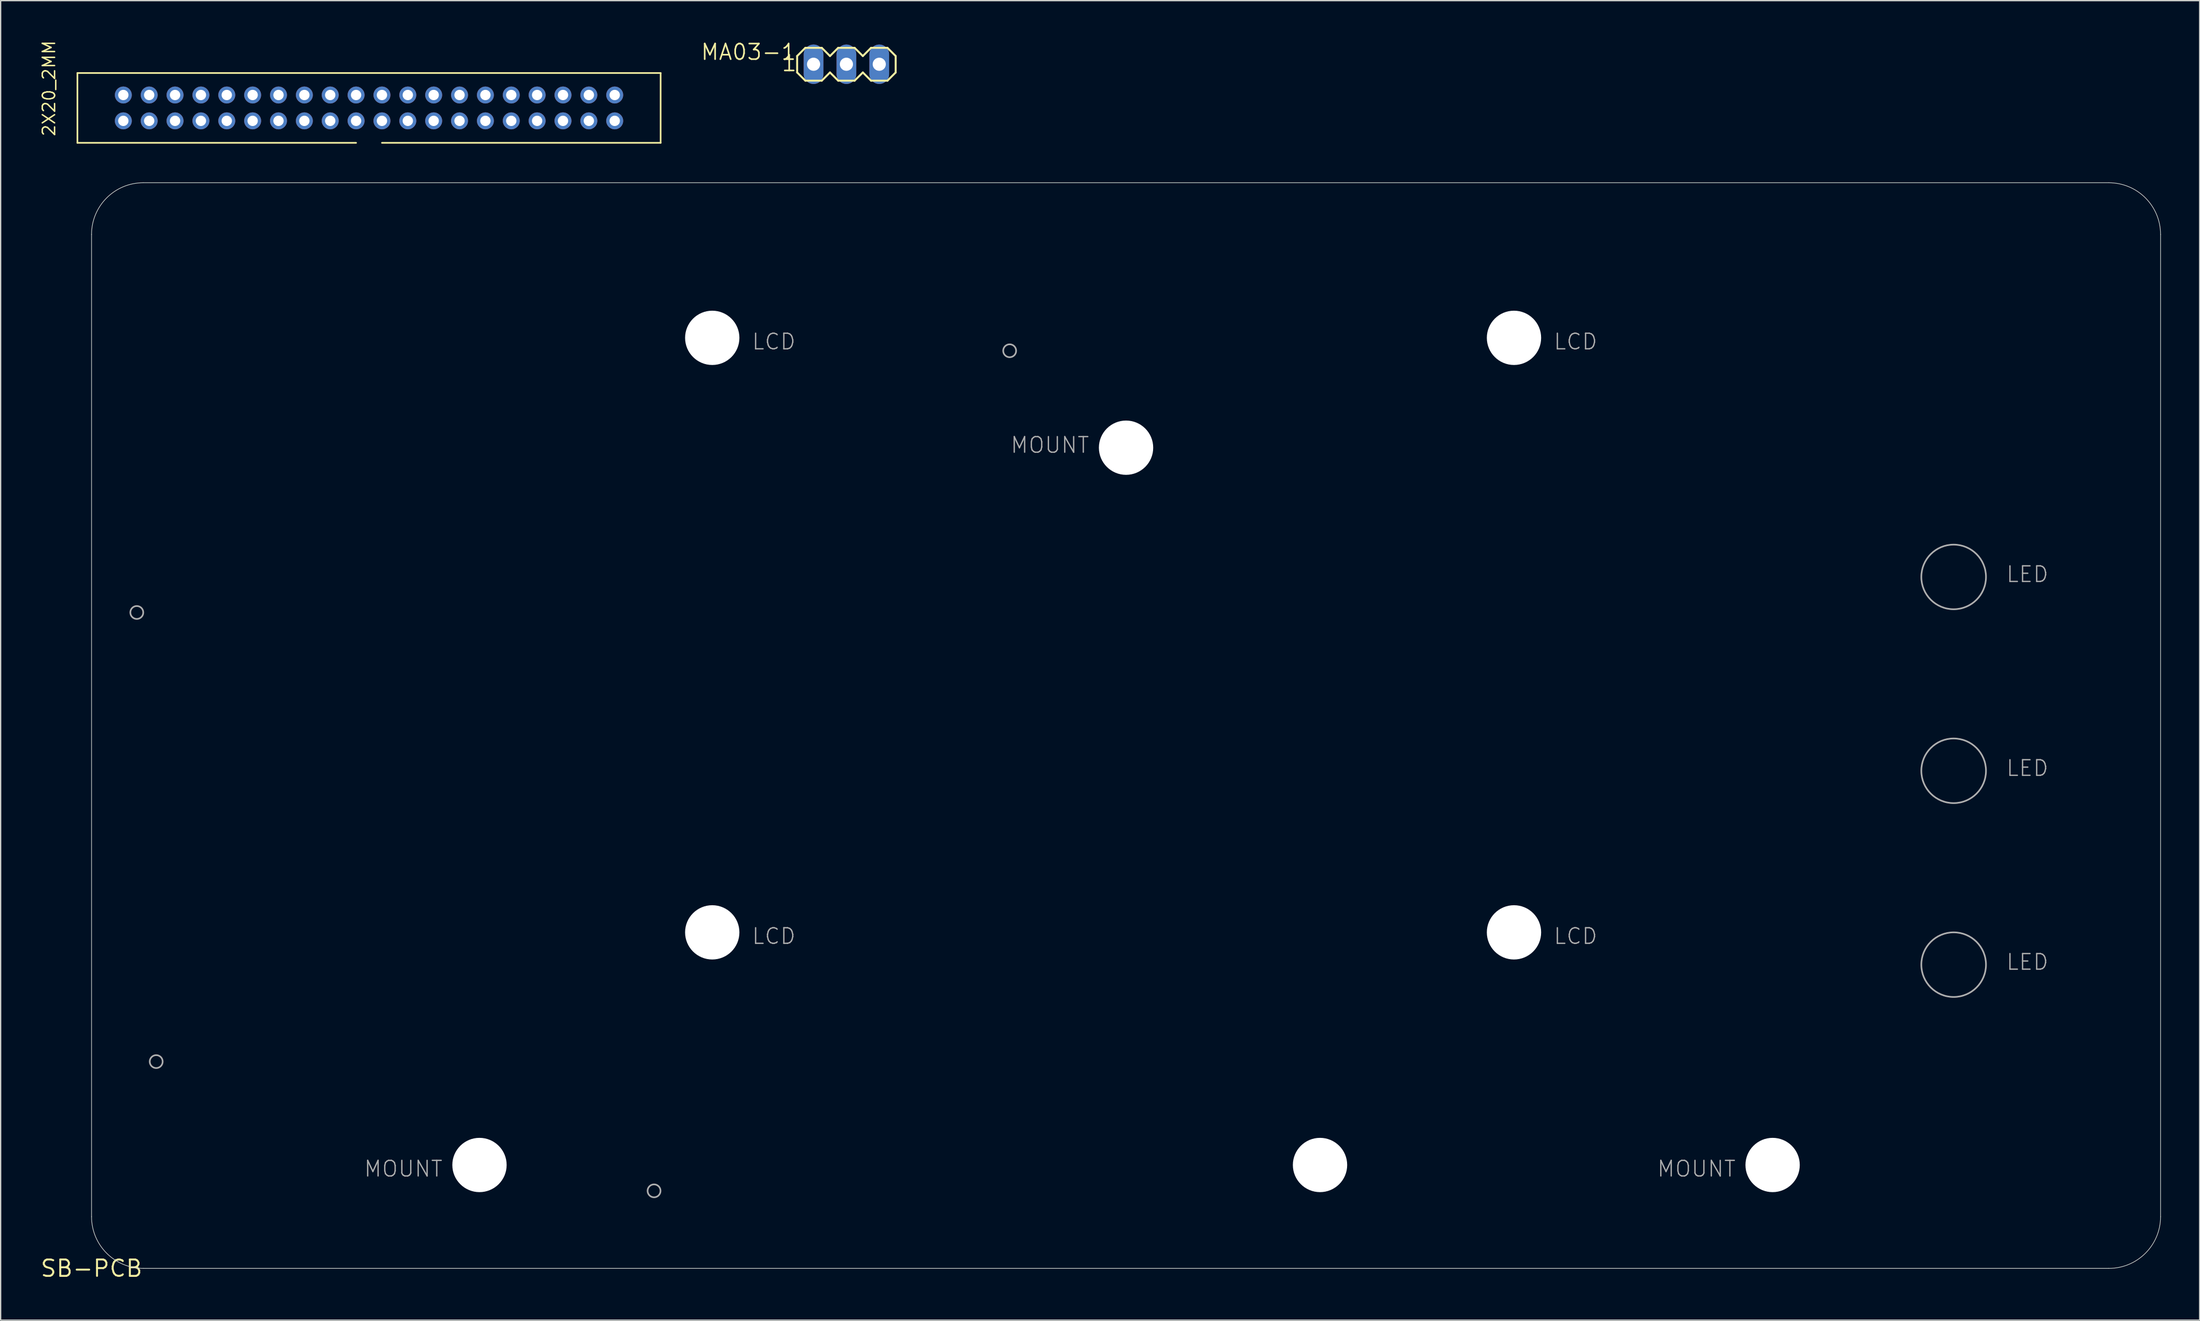
<source format=kicad_pcb>
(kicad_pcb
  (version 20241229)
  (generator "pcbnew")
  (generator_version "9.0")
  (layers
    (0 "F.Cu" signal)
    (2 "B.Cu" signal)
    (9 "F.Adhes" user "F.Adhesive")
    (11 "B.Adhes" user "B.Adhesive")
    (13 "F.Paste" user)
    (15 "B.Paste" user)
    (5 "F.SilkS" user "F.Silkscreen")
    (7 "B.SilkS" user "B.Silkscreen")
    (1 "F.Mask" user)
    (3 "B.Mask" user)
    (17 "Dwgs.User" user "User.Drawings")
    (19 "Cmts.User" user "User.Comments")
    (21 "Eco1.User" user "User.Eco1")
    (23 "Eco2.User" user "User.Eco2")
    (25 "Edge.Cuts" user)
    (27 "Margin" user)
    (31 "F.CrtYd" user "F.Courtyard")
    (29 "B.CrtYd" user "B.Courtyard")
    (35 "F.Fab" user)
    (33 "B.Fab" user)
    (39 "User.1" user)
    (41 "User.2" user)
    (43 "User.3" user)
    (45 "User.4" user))
  (footprint "MA03-1"
    (layer "F.Cu")
    (at 62.404 1.921)
    (property "Reference" "MA03-1" (at -3.81 -1.651 0) (layer "F.SilkS") (effects (font (size 1.206 1.206) (thickness 0.127)) (justify right top)))
    (attr through_hole)
    (fp_line (start -3.81 -0.635) (end -3.81 0.635) (stroke (width 0.152) (type solid)) (layer "F.SilkS"))
    (fp_line (start -3.81 0.635) (end -3.175 1.27) (stroke (width 0.152) (type solid)) (layer "F.SilkS"))
    (fp_line (start -3.175 -1.27) (end -3.81 -0.635) (stroke (width 0.152) (type solid)) (layer "F.SilkS"))
    (fp_line (start -3.175 -1.27) (end -1.905 -1.27) (stroke (width 0.152) (type solid)) (layer "F.SilkS"))
    (fp_line (start -1.905 -1.27) (end -1.27 -0.635) (stroke (width 0.152) (type solid)) (layer "F.SilkS"))
    (fp_line (start -1.905 1.27) (end -3.175 1.27) (stroke (width 0.152) (type solid)) (layer "F.SilkS"))
    (fp_line (start -1.27 -0.635) (end -0.635 -1.27) (stroke (width 0.152) (type solid)) (layer "F.SilkS"))
    (fp_line (start -1.27 0.635) (end -1.905 1.27) (stroke (width 0.152) (type solid)) (layer "F.SilkS"))
    (fp_line (start -0.635 -1.27) (end 0.635 -1.27) (stroke (width 0.152) (type solid)) (layer "F.SilkS"))
    (fp_line (start -0.635 1.27) (end -1.27 0.635) (stroke (width 0.152) (type solid)) (layer "F.SilkS"))
    (fp_line (start 0.635 -1.27) (end 1.27 -0.635) (stroke (width 0.152) (type solid)) (layer "F.SilkS"))
    (fp_line (start 0.635 1.27) (end -0.635 1.27) (stroke (width 0.152) (type solid)) (layer "F.SilkS"))
    (fp_line (start 1.27 -0.635) (end 1.905 -1.27) (stroke (width 0.152) (type solid)) (layer "F.SilkS"))
    (fp_line (start 1.27 0.635) (end 0.635 1.27) (stroke (width 0.152) (type solid)) (layer "F.SilkS"))
    (fp_line (start 1.905 -1.27) (end 3.175 -1.27) (stroke (width 0.152) (type solid)) (layer "F.SilkS"))
    (fp_line (start 1.905 1.27) (end 1.27 0.635) (stroke (width 0.152) (type solid)) (layer "F.SilkS"))
    (fp_line (start 3.175 -1.27) (end 3.81 -0.635) (stroke (width 0.152) (type solid)) (layer "F.SilkS"))
    (fp_line (start 3.175 1.27) (end 1.905 1.27) (stroke (width 0.152) (type solid)) (layer "F.SilkS"))
    (fp_line (start 3.81 -0.635) (end 3.81 0.635) (stroke (width 0.152) (type solid)) (layer "F.SilkS"))
    (fp_line (start 3.81 0.635) (end 3.175 1.27) (stroke (width 0.152) (type solid)) (layer "F.SilkS"))
    (fp_poly (pts (xy -2.794 0.254) (xy -2.286 0.254) (xy -2.286 -0.254) (xy -2.794 -0.254)) (stroke (width 0.1) (type solid)) (fill no) (layer "F.Fab"))
    (fp_poly (pts (xy -0.254 0.254) (xy 0.254 0.254) (xy 0.254 -0.254) (xy -0.254 -0.254)) (stroke (width 0.1) (type solid)) (fill no) (layer "F.Fab"))
    (fp_poly (pts (xy 2.286 0.254) (xy 2.794 0.254) (xy 2.794 -0.254) (xy 2.286 -0.254)) (stroke (width 0.1) (type solid)) (fill no) (layer "F.Fab"))
    (fp_text user "1" (at -5.08 0.635 0) (layer "F.SilkS") (effects (font (size 1.206 1.206) (thickness 0.127)) (justify left bottom)))
    (pad "1" thru_hole oval (at -2.54 0 90) (size 3.048 1.524) (drill 1.016) (layers "*.Cu" "*.Mask"))
    (pad "2" thru_hole oval (at 0 0 90) (size 3.048 1.524) (drill 1.016) (layers "*.Cu" "*.Mask"))
    (pad "3" thru_hole oval (at 2.54 0 90) (size 3.048 1.524) (drill 1.016) (layers "*.Cu" "*.Mask")))
  (footprint "SB-PCB"
    (layer "F.Cu")
    (at 4.029 95.09)
    (property "Reference" "SB-PCB" (at 0 0 0) (layer "F.SilkS") (effects (font (size 1.27 1.27) (thickness 0.15))))
    (attr through_hole)
    (fp_line (start 0 -80) (end 0 -4) (stroke (width 0.05) (type solid)) (layer "Edge.Cuts"))
    (fp_line (start 4 0) (end 156 0) (stroke (width 0.05) (type solid)) (layer "Edge.Cuts"))
    (fp_line (start 156 -84) (end 4 -84) (stroke (width 0.05) (type solid)) (layer "Edge.Cuts"))
    (fp_line (start 160 -4) (end 160 -80) (stroke (width 0.05) (type solid)) (layer "Edge.Cuts"))
    (fp_arc (start 0 -80) (mid 1.171573 -82.828427) (end 4 -84) (stroke (width 0.05) (type solid)) (layer "Edge.Cuts"))
    (fp_arc (start 4 0) (mid 1.171573 -1.171573) (end 0 -4) (stroke (width 0.05) (type solid)) (layer "Edge.Cuts"))
    (fp_arc (start 156 -84) (mid 158.828427 -82.828427) (end 160 -80) (stroke (width 0.05) (type solid)) (layer "Edge.Cuts"))
    (fp_arc (start 160 -4) (mid 158.828427 -1.171573) (end 156 0) (stroke (width 0.05) (type solid)) (layer "Edge.Cuts"))
    (fp_circle (center 3.5 -50.75) (end 4 -50.75) (stroke (width 0.127) (type solid)) (fill no) (layer "F.Fab"))
    (fp_circle (center 5 -16) (end 5.5 -16) (stroke (width 0.127) (type solid)) (fill no) (layer "F.Fab"))
    (fp_circle (center 43.5 -6) (end 44 -6) (stroke (width 0.127) (type solid)) (fill no) (layer "F.Fab"))
    (fp_circle (center 71 -71) (end 71.5 -71) (stroke (width 0.127) (type solid)) (fill no) (layer "F.Fab"))
    (fp_circle (center 144 -53.5) (end 146.5 -53.5) (stroke (width 0.127) (type solid)) (fill no) (layer "F.Fab"))
    (fp_circle (center 144 -38.5) (end 146.5 -38.5) (stroke (width 0.127) (type solid)) (fill no) (layer "F.Fab"))
    (fp_circle (center 144 -23.5) (end 146.5 -23.5) (stroke (width 0.127) (type solid)) (fill no) (layer "F.Fab"))
    (fp_text user "LED" (at 148 -23 0) (layer "F.Fab") (effects (font (size 1.206 1.206) (thickness 0.102)) (justify left bottom)))
    (fp_text user "LCD" (at 51 -25 0) (layer "F.Fab") (effects (font (size 1.206 1.206) (thickness 0.102)) (justify left bottom)))
    (fp_text user "MOUNT" (at 121 -7 0) (layer "F.Fab") (effects (font (size 1.206 1.206) (thickness 0.102)) (justify left bottom)))
    (fp_text user "LED" (at 148 -53 0) (layer "F.Fab") (effects (font (size 1.206 1.206) (thickness 0.102)) (justify left bottom)))
    (fp_text user "LED" (at 148 -38 0) (layer "F.Fab") (effects (font (size 1.206 1.206) (thickness 0.102)) (justify left bottom)))
    (fp_text user "LCD" (at 51 -71 0) (layer "F.Fab") (effects (font (size 1.206 1.206) (thickness 0.102)) (justify left bottom)))
    (fp_text user "LCD" (at 113 -25 0) (layer "F.Fab") (effects (font (size 1.206 1.206) (thickness 0.102)) (justify left bottom)))
    (fp_text user "LCD" (at 113 -71 0) (layer "F.Fab") (effects (font (size 1.206 1.206) (thickness 0.102)) (justify left bottom)))
    (fp_text user "MOUNT" (at 21 -7 0) (layer "F.Fab") (effects (font (size 1.206 1.206) (thickness 0.102)) (justify left bottom)))
    (fp_text user "MOUNT" (at 71 -63 0) (layer "F.Fab") (effects (font (size 1.206 1.206) (thickness 0.102)) (justify left bottom)))
    (pad "" np_thru_hole circle (at 30 -8) (size 4.2 4.2) (drill 4.2) (layers "*.Cu" "*.Mask"))
    (pad "" np_thru_hole circle (at 48 -72) (size 4.2 4.2) (drill 4.2) (layers "*.Cu" "*.Mask"))
    (pad "" np_thru_hole circle (at 48 -26) (size 4.2 4.2) (drill 4.2) (layers "*.Cu" "*.Mask"))
    (pad "" np_thru_hole circle (at 80 -63.5) (size 4.2 4.2) (drill 4.2) (layers "*.Cu" "*.Mask"))
    (pad "" np_thru_hole circle (at 95 -8) (size 4.2 4.2) (drill 4.2) (layers "*.Cu" "*.Mask"))
    (pad "" np_thru_hole circle (at 110 -72) (size 4.2 4.2) (drill 4.2) (layers "*.Cu" "*.Mask"))
    (pad "" np_thru_hole circle (at 110 -26) (size 4.2 4.2) (drill 4.2) (layers "*.Cu" "*.Mask"))
    (pad "" np_thru_hole circle (at 130 -8) (size 4.2 4.2) (drill 4.2) (layers "*.Cu" "*.Mask")))
  (footprint "2X20_2MM"
    (layer "F.Cu")
    (at 6.487 6.301)
    (property "Reference" "2X20_2MM" (at -5.195 1.27 90) (layer "F.SilkS") (effects (font (size 0.95 0.95) (thickness 0.114)) (justify left bottom)))
    (attr through_hole)
    (fp_line (start -3.55 -3.7) (end 41.55 -3.7) (stroke (width 0.127) (type solid)) (layer "F.SilkS"))
    (fp_line (start -3.55 1.7) (end -3.55 -3.7) (stroke (width 0.127) (type solid)) (layer "F.SilkS"))
    (fp_line (start -3.55 1.7) (end 18 1.7) (stroke (width 0.127) (type solid)) (layer "F.SilkS"))
    (fp_line (start 20 1.7) (end 41.55 1.7) (stroke (width 0.127) (type solid)) (layer "F.SilkS"))
    (fp_line (start 41.55 -3.7) (end 41.55 1.7) (stroke (width 0.127) (type solid)) (layer "F.SilkS"))
    (pad "1" thru_hole circle (at 0 0) (size 1.308 1.308) (drill 0.8) (layers "*.Cu" "*.Mask"))
    (pad "2" thru_hole circle (at 0 -2) (size 1.308 1.308) (drill 0.8) (layers "*.Cu" "*.Mask"))
    (pad "3" thru_hole circle (at 2 0) (size 1.308 1.308) (drill 0.8) (layers "*.Cu" "*.Mask"))
    (pad "4" thru_hole circle (at 2 -2) (size 1.308 1.308) (drill 0.8) (layers "*.Cu" "*.Mask"))
    (pad "5" thru_hole circle (at 4 0) (size 1.308 1.308) (drill 0.8) (layers "*.Cu" "*.Mask"))
    (pad "6" thru_hole circle (at 4 -2) (size 1.308 1.308) (drill 0.8) (layers "*.Cu" "*.Mask"))
    (pad "7" thru_hole circle (at 6 0) (size 1.308 1.308) (drill 0.8) (layers "*.Cu" "*.Mask"))
    (pad "8" thru_hole circle (at 6 -2) (size 1.308 1.308) (drill 0.8) (layers "*.Cu" "*.Mask"))
    (pad "9" thru_hole circle (at 8 0) (size 1.308 1.308) (drill 0.8) (layers "*.Cu" "*.Mask"))
    (pad "10" thru_hole circle (at 8 -2) (size 1.308 1.308) (drill 0.8) (layers "*.Cu" "*.Mask"))
    (pad "11" thru_hole circle (at 10 0) (size 1.308 1.308) (drill 0.8) (layers "*.Cu" "*.Mask"))
    (pad "12" thru_hole circle (at 10 -2) (size 1.308 1.308) (drill 0.8) (layers "*.Cu" "*.Mask"))
    (pad "13" thru_hole circle (at 12 0) (size 1.308 1.308) (drill 0.8) (layers "*.Cu" "*.Mask"))
    (pad "14" thru_hole circle (at 12 -2) (size 1.308 1.308) (drill 0.8) (layers "*.Cu" "*.Mask"))
    (pad "15" thru_hole circle (at 14 0) (size 1.308 1.308) (drill 0.8) (layers "*.Cu" "*.Mask"))
    (pad "16" thru_hole circle (at 14 -2) (size 1.308 1.308) (drill 0.8) (layers "*.Cu" "*.Mask"))
    (pad "17" thru_hole circle (at 16 0) (size 1.308 1.308) (drill 0.8) (layers "*.Cu" "*.Mask"))
    (pad "18" thru_hole circle (at 16 -2) (size 1.308 1.308) (drill 0.8) (layers "*.Cu" "*.Mask"))
    (pad "19" thru_hole circle (at 18 0) (size 1.308 1.308) (drill 0.8) (layers "*.Cu" "*.Mask"))
    (pad "20" thru_hole circle (at 18 -2) (size 1.308 1.308) (drill 0.8) (layers "*.Cu" "*.Mask"))
    (pad "21" thru_hole circle (at 20 0) (size 1.308 1.308) (drill 0.8) (layers "*.Cu" "*.Mask"))
    (pad "22" thru_hole circle (at 20 -2) (size 1.308 1.308) (drill 0.8) (layers "*.Cu" "*.Mask"))
    (pad "23" thru_hole circle (at 22 0) (size 1.308 1.308) (drill 0.8) (layers "*.Cu" "*.Mask"))
    (pad "24" thru_hole circle (at 22 -2) (size 1.308 1.308) (drill 0.8) (layers "*.Cu" "*.Mask"))
    (pad "25" thru_hole circle (at 24 0) (size 1.308 1.308) (drill 0.8) (layers "*.Cu" "*.Mask"))
    (pad "26" thru_hole circle (at 24 -2) (size 1.308 1.308) (drill 0.8) (layers "*.Cu" "*.Mask"))
    (pad "27" thru_hole circle (at 26 0) (size 1.308 1.308) (drill 0.8) (layers "*.Cu" "*.Mask"))
    (pad "28" thru_hole circle (at 26 -2) (size 1.308 1.308) (drill 0.8) (layers "*.Cu" "*.Mask"))
    (pad "29" thru_hole circle (at 28 0) (size 1.308 1.308) (drill 0.8) (layers "*.Cu" "*.Mask"))
    (pad "30" thru_hole circle (at 28 -2) (size 1.308 1.308) (drill 0.8) (layers "*.Cu" "*.Mask"))
    (pad "31" thru_hole circle (at 30 0) (size 1.308 1.308) (drill 0.8) (layers "*.Cu" "*.Mask"))
    (pad "32" thru_hole circle (at 30 -2) (size 1.308 1.308) (drill 0.8) (layers "*.Cu" "*.Mask"))
    (pad "33" thru_hole circle (at 32 0) (size 1.308 1.308) (drill 0.8) (layers "*.Cu" "*.Mask"))
    (pad "34" thru_hole circle (at 32 -2) (size 1.308 1.308) (drill 0.8) (layers "*.Cu" "*.Mask"))
    (pad "35" thru_hole circle (at 34 0) (size 1.308 1.308) (drill 0.8) (layers "*.Cu" "*.Mask"))
    (pad "36" thru_hole circle (at 34 -2) (size 1.308 1.308) (drill 0.8) (layers "*.Cu" "*.Mask"))
    (pad "37" thru_hole circle (at 36 0) (size 1.308 1.308) (drill 0.8) (layers "*.Cu" "*.Mask"))
    (pad "38" thru_hole circle (at 36 -2) (size 1.308 1.308) (drill 0.8) (layers "*.Cu" "*.Mask"))
    (pad "39" thru_hole circle (at 38 0) (size 1.308 1.308) (drill 0.8) (layers "*.Cu" "*.Mask"))
    (pad "40" thru_hole circle (at 38 -2) (size 1.308 1.308) (drill 0.8) (layers "*.Cu" "*.Mask")))
  (gr_rect
    (start -3 -3)
    (end 167.054 99.096)
    (stroke (width 0.1) (type default))
    (fill no)
    (layer "Edge.Cuts")))
</source>
